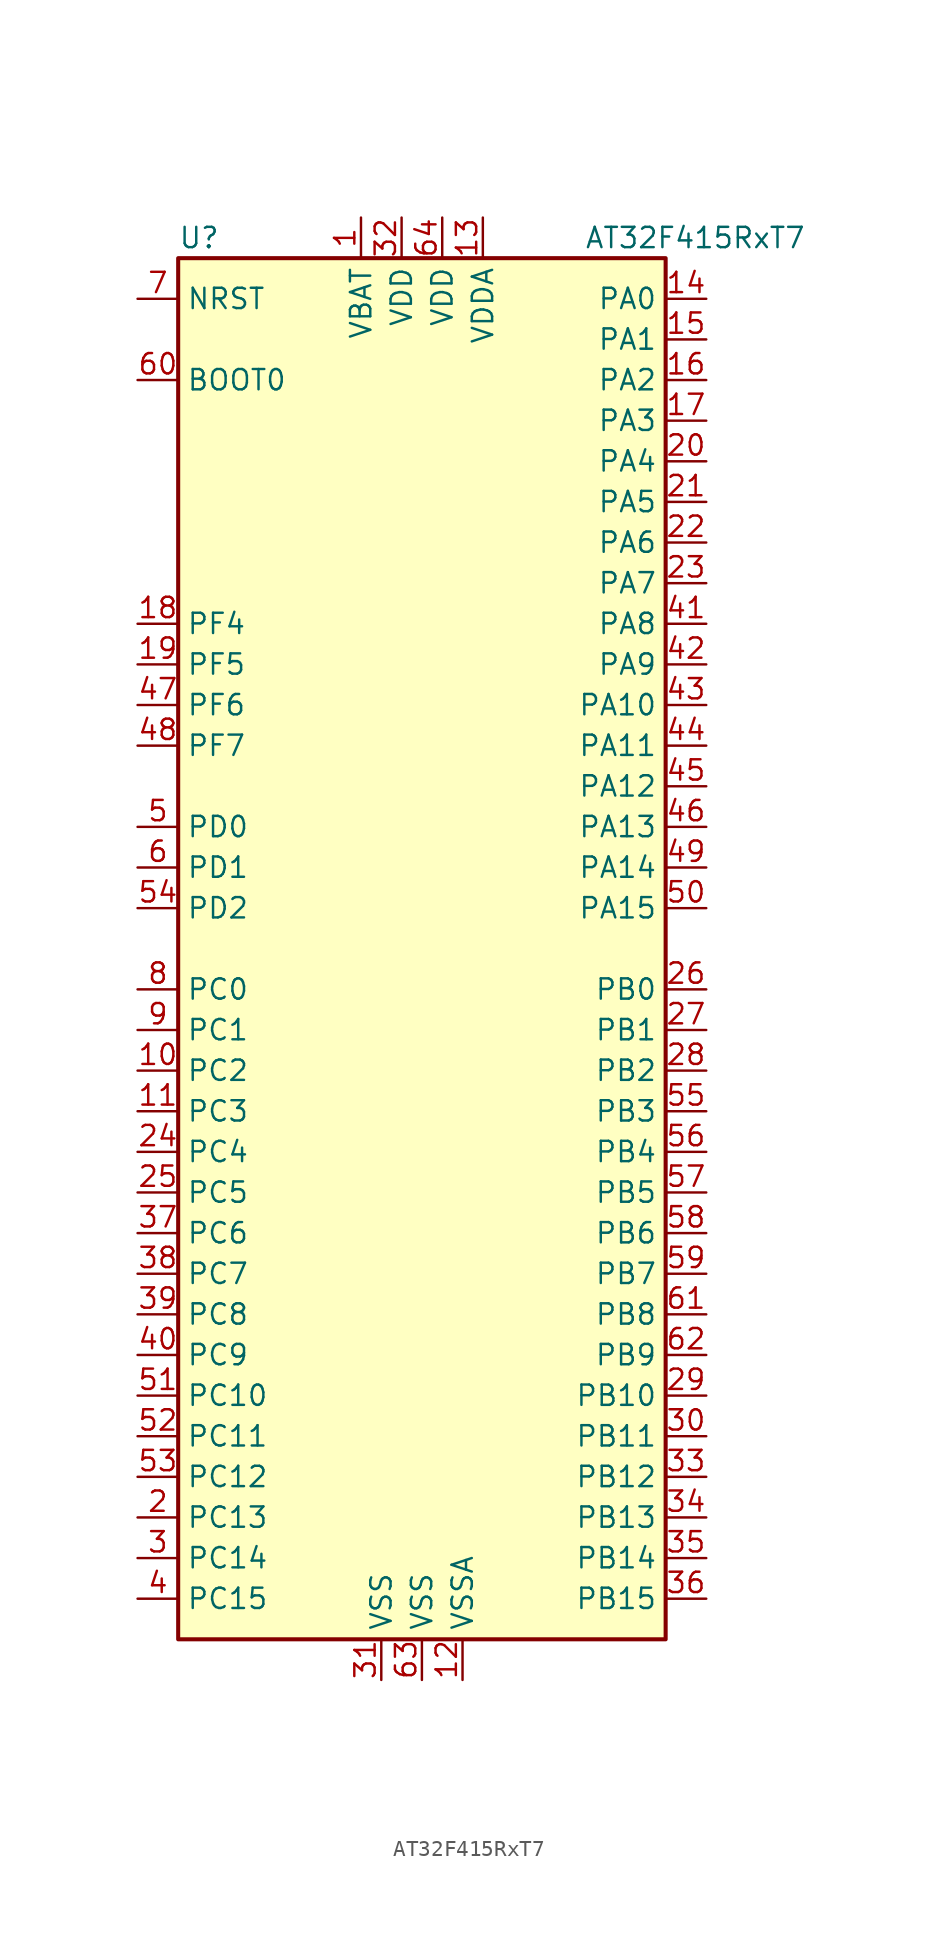
<source format=kicad_sym>
(kicad_symbol_lib
  (version 20220331)
  (generator kicad_symbol_editor)
  (symbol "AT32F415RxT7"
    (property "Reference" "U"
      (at -15.24 44.45 0)
      (effects (font (size 1.27 1.27)) (justify left)))
    (property "Value" "AT32F415RxT7"
      (at 10.16 44.45 0)
      (effects (font (size 1.27 1.27)) (justify left)))
    (symbol "AT32F415RxT7_0_1"
      (rectangle (start -15.24 -43.18) (end 15.24 43.18) (stroke (width 0.254) (type default)) (fill (type background))))
    (symbol "AT32F415RxT7_1_1"
      (pin power_in line (at -3.81 45.72 270) (length 2.54) (name "VBAT" (effects (font (size 1.27 1.27)))) (number "1" (effects (font (size 1.27 1.27)))))
      (pin bidirectional line (at -17.78 -7.62 0) (length 2.54) (name "PC2" (effects (font (size 1.27 1.27)))) (number "10" (effects (font (size 1.27 1.27)))))
      (pin bidirectional line (at -17.78 -10.16 0) (length 2.54) (name "PC3" (effects (font (size 1.27 1.27)))) (number "11" (effects (font (size 1.27 1.27)))))
      (pin power_in line (at 2.54 -45.72 90) (length 2.54) (name "VSSA" (effects (font (size 1.27 1.27)))) (number "12" (effects (font (size 1.27 1.27)))))
      (pin power_in line (at 3.81 45.72 270) (length 2.54) (name "VDDA" (effects (font (size 1.27 1.27)))) (number "13" (effects (font (size 1.27 1.27)))))
      (pin bidirectional line (at 17.78 40.64 180) (length 2.54) (name "PA0" (effects (font (size 1.27 1.27)))) (number "14" (effects (font (size 1.27 1.27)))))
      (pin bidirectional line (at 17.78 38.1 180) (length 2.54) (name "PA1" (effects (font (size 1.27 1.27)))) (number "15" (effects (font (size 1.27 1.27)))))
      (pin bidirectional line (at 17.78 35.56 180) (length 2.54) (name "PA2" (effects (font (size 1.27 1.27)))) (number "16" (effects (font (size 1.27 1.27)))))
      (pin bidirectional line (at 17.78 33.02 180) (length 2.54) (name "PA3" (effects (font (size 1.27 1.27)))) (number "17" (effects (font (size 1.27 1.27)))))
      (pin bidirectional line (at -17.78 20.32 0) (length 2.54) (name "PF4" (effects (font (size 1.27 1.27)))) (number "18" (effects (font (size 1.27 1.27)))))
      (pin bidirectional line (at -17.78 17.78 0) (length 2.54) (name "PF5" (effects (font (size 1.27 1.27)))) (number "19" (effects (font (size 1.27 1.27)))))
      (pin bidirectional line (at -17.78 -35.56 0) (length 2.54) (name "PC13" (effects (font (size 1.27 1.27)))) (number "2" (effects (font (size 1.27 1.27)))))
      (pin bidirectional line (at 17.78 30.48 180) (length 2.54) (name "PA4" (effects (font (size 1.27 1.27)))) (number "20" (effects (font (size 1.27 1.27)))))
      (pin bidirectional line (at 17.78 27.94 180) (length 2.54) (name "PA5" (effects (font (size 1.27 1.27)))) (number "21" (effects (font (size 1.27 1.27)))))
      (pin bidirectional line (at 17.78 25.4 180) (length 2.54) (name "PA6" (effects (font (size 1.27 1.27)))) (number "22" (effects (font (size 1.27 1.27)))))
      (pin bidirectional line (at 17.78 22.86 180) (length 2.54) (name "PA7" (effects (font (size 1.27 1.27)))) (number "23" (effects (font (size 1.27 1.27)))))
      (pin bidirectional line (at -17.78 -12.7 0) (length 2.54) (name "PC4" (effects (font (size 1.27 1.27)))) (number "24" (effects (font (size 1.27 1.27)))))
      (pin bidirectional line (at -17.78 -15.24 0) (length 2.54) (name "PC5" (effects (font (size 1.27 1.27)))) (number "25" (effects (font (size 1.27 1.27)))))
      (pin bidirectional line (at 17.78 -2.54 180) (length 2.54) (name "PB0" (effects (font (size 1.27 1.27)))) (number "26" (effects (font (size 1.27 1.27)))))
      (pin bidirectional line (at 17.78 -5.08 180) (length 2.54) (name "PB1" (effects (font (size 1.27 1.27)))) (number "27" (effects (font (size 1.27 1.27)))))
      (pin bidirectional line (at 17.78 -7.62 180) (length 2.54) (name "PB2" (effects (font (size 1.27 1.27)))) (number "28" (effects (font (size 1.27 1.27)))))
      (pin bidirectional line (at 17.78 -27.94 180) (length 2.54) (name "PB10" (effects (font (size 1.27 1.27)))) (number "29" (effects (font (size 1.27 1.27)))))
      (pin bidirectional line (at -17.78 -38.1 0) (length 2.54) (name "PC14" (effects (font (size 1.27 1.27)))) (number "3" (effects (font (size 1.27 1.27)))))
      (pin bidirectional line (at 17.78 -30.48 180) (length 2.54) (name "PB11" (effects (font (size 1.27 1.27)))) (number "30" (effects (font (size 1.27 1.27)))))
      (pin power_in line (at -2.54 -45.72 90) (length 2.54) (name "VSS" (effects (font (size 1.27 1.27)))) (number "31" (effects (font (size 1.27 1.27)))))
      (pin power_in line (at -1.27 45.72 270) (length 2.54) (name "VDD" (effects (font (size 1.27 1.27)))) (number "32" (effects (font (size 1.27 1.27)))))
      (pin bidirectional line (at 17.78 -33.02 180) (length 2.54) (name "PB12" (effects (font (size 1.27 1.27)))) (number "33" (effects (font (size 1.27 1.27)))))
      (pin bidirectional line (at 17.78 -35.56 180) (length 2.54) (name "PB13" (effects (font (size 1.27 1.27)))) (number "34" (effects (font (size 1.27 1.27)))))
      (pin bidirectional line (at 17.78 -38.1 180) (length 2.54) (name "PB14" (effects (font (size 1.27 1.27)))) (number "35" (effects (font (size 1.27 1.27)))))
      (pin bidirectional line (at 17.78 -40.64 180) (length 2.54) (name "PB15" (effects (font (size 1.27 1.27)))) (number "36" (effects (font (size 1.27 1.27)))))
      (pin bidirectional line (at -17.78 -17.78 0) (length 2.54) (name "PC6" (effects (font (size 1.27 1.27)))) (number "37" (effects (font (size 1.27 1.27)))))
      (pin bidirectional line (at -17.78 -20.32 0) (length 2.54) (name "PC7" (effects (font (size 1.27 1.27)))) (number "38" (effects (font (size 1.27 1.27)))))
      (pin bidirectional line (at -17.78 -22.86 0) (length 2.54) (name "PC8" (effects (font (size 1.27 1.27)))) (number "39" (effects (font (size 1.27 1.27)))))
      (pin bidirectional line (at -17.78 -40.64 0) (length 2.54) (name "PC15" (effects (font (size 1.27 1.27)))) (number "4" (effects (font (size 1.27 1.27)))))
      (pin bidirectional line (at -17.78 -25.4 0) (length 2.54) (name "PC9" (effects (font (size 1.27 1.27)))) (number "40" (effects (font (size 1.27 1.27)))))
      (pin bidirectional line (at 17.78 20.32 180) (length 2.54) (name "PA8" (effects (font (size 1.27 1.27)))) (number "41" (effects (font (size 1.27 1.27)))))
      (pin bidirectional line (at 17.78 17.78 180) (length 2.54) (name "PA9" (effects (font (size 1.27 1.27)))) (number "42" (effects (font (size 1.27 1.27)))))
      (pin bidirectional line (at 17.78 15.24 180) (length 2.54) (name "PA10" (effects (font (size 1.27 1.27)))) (number "43" (effects (font (size 1.27 1.27)))))
      (pin bidirectional line (at 17.78 12.7 180) (length 2.54) (name "PA11" (effects (font (size 1.27 1.27)))) (number "44" (effects (font (size 1.27 1.27)))))
      (pin bidirectional line (at 17.78 10.16 180) (length 2.54) (name "PA12" (effects (font (size 1.27 1.27)))) (number "45" (effects (font (size 1.27 1.27)))))
      (pin bidirectional line (at 17.78 7.62 180) (length 2.54) (name "PA13" (effects (font (size 1.27 1.27)))) (number "46" (effects (font (size 1.27 1.27)))))
      (pin bidirectional line (at -17.78 15.24 0) (length 2.54) (name "PF6" (effects (font (size 1.27 1.27)))) (number "47" (effects (font (size 1.27 1.27)))))
      (pin bidirectional line (at -17.78 12.7 0) (length 2.54) (name "PF7" (effects (font (size 1.27 1.27)))) (number "48" (effects (font (size 1.27 1.27)))))
      (pin bidirectional line (at 17.78 5.08 180) (length 2.54) (name "PA14" (effects (font (size 1.27 1.27)))) (number "49" (effects (font (size 1.27 1.27)))))
      (pin input line (at -17.78 7.62 0) (length 2.54) (name "PD0" (effects (font (size 1.27 1.27)))) (number "5" (effects (font (size 1.27 1.27)))))
      (pin bidirectional line (at 17.78 2.54 180) (length 2.54) (name "PA15" (effects (font (size 1.27 1.27)))) (number "50" (effects (font (size 1.27 1.27)))))
      (pin bidirectional line (at -17.78 -27.94 0) (length 2.54) (name "PC10" (effects (font (size 1.27 1.27)))) (number "51" (effects (font (size 1.27 1.27)))))
      (pin bidirectional line (at -17.78 -30.48 0) (length 2.54) (name "PC11" (effects (font (size 1.27 1.27)))) (number "52" (effects (font (size 1.27 1.27)))))
      (pin bidirectional line (at -17.78 -33.02 0) (length 2.54) (name "PC12" (effects (font (size 1.27 1.27)))) (number "53" (effects (font (size 1.27 1.27)))))
      (pin bidirectional line (at -17.78 2.54 0) (length 2.54) (name "PD2" (effects (font (size 1.27 1.27)))) (number "54" (effects (font (size 1.27 1.27)))))
      (pin bidirectional line (at 17.78 -10.16 180) (length 2.54) (name "PB3" (effects (font (size 1.27 1.27)))) (number "55" (effects (font (size 1.27 1.27)))))
      (pin bidirectional line (at 17.78 -12.7 180) (length 2.54) (name "PB4" (effects (font (size 1.27 1.27)))) (number "56" (effects (font (size 1.27 1.27)))))
      (pin bidirectional line (at 17.78 -15.24 180) (length 2.54) (name "PB5" (effects (font (size 1.27 1.27)))) (number "57" (effects (font (size 1.27 1.27)))))
      (pin bidirectional line (at 17.78 -17.78 180) (length 2.54) (name "PB6" (effects (font (size 1.27 1.27)))) (number "58" (effects (font (size 1.27 1.27)))))
      (pin bidirectional line (at 17.78 -20.32 180) (length 2.54) (name "PB7" (effects (font (size 1.27 1.27)))) (number "59" (effects (font (size 1.27 1.27)))))
      (pin input line (at -17.78 5.08 0) (length 2.54) (name "PD1" (effects (font (size 1.27 1.27)))) (number "6" (effects (font (size 1.27 1.27)))))
      (pin input line (at -17.78 35.56 0) (length 2.54) (name "BOOT0" (effects (font (size 1.27 1.27)))) (number "60" (effects (font (size 1.27 1.27)))))
      (pin bidirectional line (at 17.78 -22.86 180) (length 2.54) (name "PB8" (effects (font (size 1.27 1.27)))) (number "61" (effects (font (size 1.27 1.27)))))
      (pin bidirectional line (at 17.78 -25.4 180) (length 2.54) (name "PB9" (effects (font (size 1.27 1.27)))) (number "62" (effects (font (size 1.27 1.27)))))
      (pin power_in line (at 0 -45.72 90) (length 2.54) (name "VSS" (effects (font (size 1.27 1.27)))) (number "63" (effects (font (size 1.27 1.27)))))
      (pin power_in line (at 1.27 45.72 270) (length 2.54) (name "VDD" (effects (font (size 1.27 1.27)))) (number "64" (effects (font (size 1.27 1.27)))))
      (pin input line (at -17.78 40.64 0) (length 2.54) (name "NRST" (effects (font (size 1.27 1.27)))) (number "7" (effects (font (size 1.27 1.27)))))
      (pin bidirectional line (at -17.78 -2.54 0) (length 2.54) (name "PC0" (effects (font (size 1.27 1.27)))) (number "8" (effects (font (size 1.27 1.27)))))
      (pin bidirectional line (at -17.78 -5.08 0) (length 2.54) (name "PC1" (effects (font (size 1.27 1.27)))) (number "9" (effects (font (size 1.27 1.27))))))))
</source>
